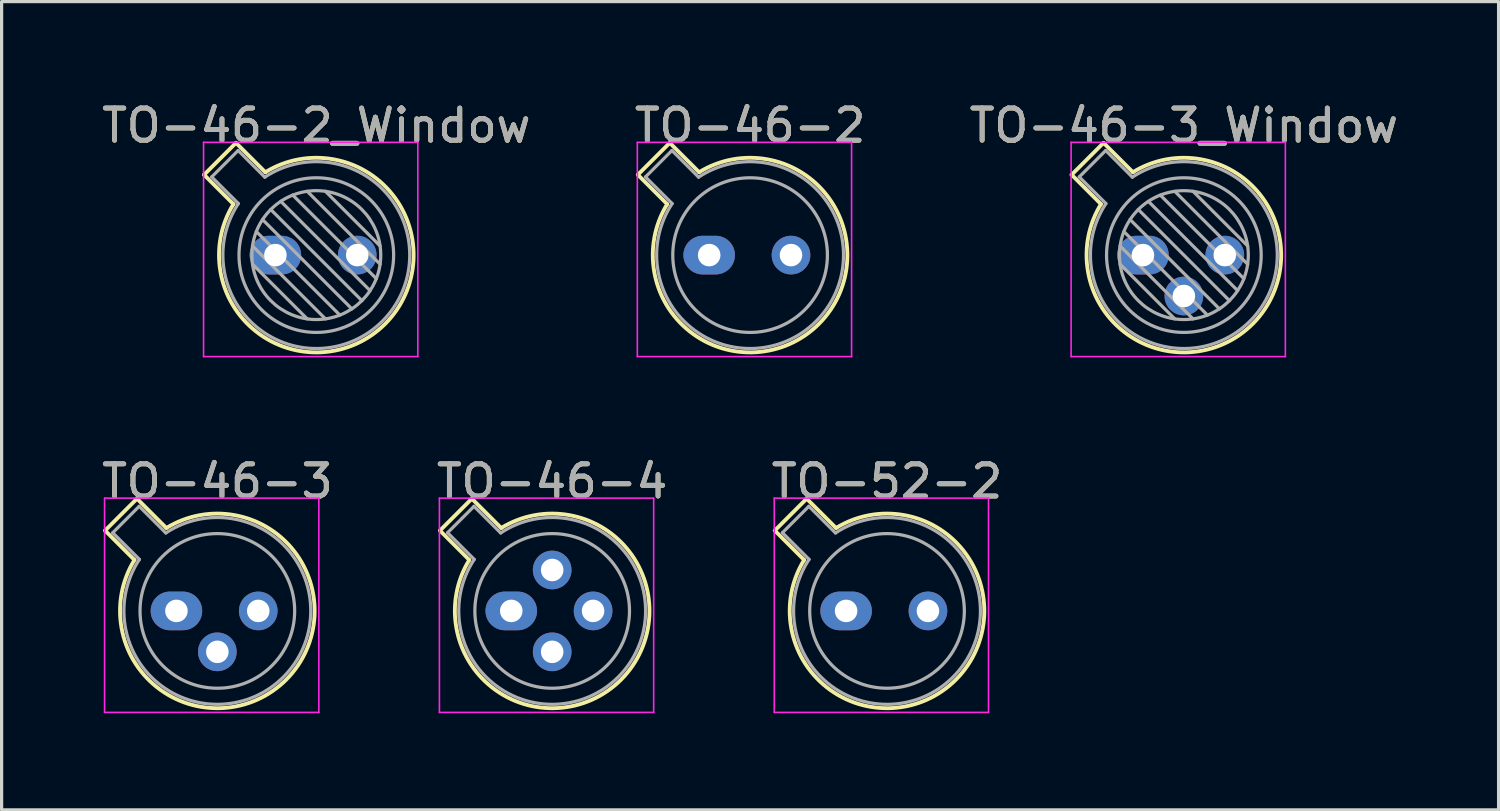
<source format=kicad_pcb>
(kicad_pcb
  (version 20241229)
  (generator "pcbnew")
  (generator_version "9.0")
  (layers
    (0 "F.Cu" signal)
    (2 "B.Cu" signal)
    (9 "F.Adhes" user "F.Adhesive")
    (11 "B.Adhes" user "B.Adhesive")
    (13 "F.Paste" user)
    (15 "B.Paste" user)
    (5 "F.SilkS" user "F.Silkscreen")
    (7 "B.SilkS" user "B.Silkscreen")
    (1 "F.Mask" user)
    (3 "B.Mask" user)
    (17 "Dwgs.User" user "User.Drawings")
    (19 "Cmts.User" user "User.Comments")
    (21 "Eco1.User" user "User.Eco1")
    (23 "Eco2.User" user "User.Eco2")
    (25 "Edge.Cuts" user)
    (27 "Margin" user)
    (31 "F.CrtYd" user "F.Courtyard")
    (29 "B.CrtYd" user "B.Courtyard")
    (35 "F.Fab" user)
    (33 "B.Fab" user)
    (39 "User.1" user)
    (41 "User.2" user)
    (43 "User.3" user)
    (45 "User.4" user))
  (footprint "TO-46-2_Window"
    (layer "F.Cu")
    (at 5.498 4.868)
    (property "Reference" "TO-46-2_Window" (at 1.27 -4.02 0) (layer "F.SilkS") (effects (font (size 1 1) (thickness 0.15))))
    (attr through_hole)
    (fp_line (start -2.214 -2.494) (end -1.302 -1.582) (stroke (width 0.12) (type solid)) (layer "F.SilkS"))
    (fp_line (start -1.224 -3.484) (end -2.214 -2.494) (stroke (width 0.12) (type solid)) (layer "F.SilkS"))
    (fp_line (start -0.312 -2.572) (end -1.224 -3.484) (stroke (width 0.12) (type solid)) (layer "F.SilkS"))
    (fp_arc (start -0.312331 -2.572281) (mid 3.405374 2.135551) (end -1.30215 -1.582544) (stroke (width 0.12) (type solid)) (layer "F.SilkS"))
    (fp_line (start -2.23 -3.5) (end -2.23 3.15) (stroke (width 0.05) (type solid)) (layer "F.CrtYd"))
    (fp_line (start -2.23 3.15) (end 4.42 3.15) (stroke (width 0.05) (type solid)) (layer "F.CrtYd"))
    (fp_line (start 4.42 -3.5) (end -2.23 -3.5) (stroke (width 0.05) (type solid)) (layer "F.CrtYd"))
    (fp_line (start 4.42 3.15) (end 4.42 -3.5) (stroke (width 0.05) (type solid)) (layer "F.CrtYd"))
    (fp_line (start -1.977 -2.426) (end -1.149 -1.599) (stroke (width 0.1) (type solid)) (layer "F.Fab"))
    (fp_line (start -1.156 -3.247) (end -1.977 -2.426) (stroke (width 0.1) (type solid)) (layer "F.Fab"))
    (fp_line (start -0.71 -0.283) (end 1.553 1.98) (stroke (width 0.1) (type solid)) (layer "F.Fab"))
    (fp_line (start -0.71 0.283) (end 0.987 1.98) (stroke (width 0.1) (type solid)) (layer "F.Fab"))
    (fp_line (start -0.592 -0.731) (end 2.001 1.862) (stroke (width 0.1) (type solid)) (layer "F.Fab"))
    (fp_line (start -0.399 -1.103) (end 2.373 1.669) (stroke (width 0.1) (type solid)) (layer "F.Fab"))
    (fp_line (start -0.329 -2.419) (end -1.156 -3.247) (stroke (width 0.1) (type solid)) (layer "F.Fab"))
    (fp_line (start -0.145 -1.415) (end 2.685 1.415) (stroke (width 0.1) (type solid)) (layer "F.Fab"))
    (fp_line (start 0.167 -1.669) (end 2.939 1.103) (stroke (width 0.1) (type solid)) (layer "F.Fab"))
    (fp_line (start 0.539 -1.862) (end 3.132 0.731) (stroke (width 0.1) (type solid)) (layer "F.Fab"))
    (fp_line (start 0.987 -1.98) (end 3.25 0.283) (stroke (width 0.1) (type solid)) (layer "F.Fab"))
    (fp_line (start 1.553 -1.98) (end 3.25 -0.283) (stroke (width 0.1) (type solid)) (layer "F.Fab"))
    (fp_arc (start -0.329057 -2.419301) (mid 3.321076 2.050143) (end -1.150029 -1.597956) (stroke (width 0.1) (type solid)) (layer "F.Fab"))
    (fp_circle (center 1.27 0) (end 3.27 0) (stroke (width 0.1) (type solid)) (fill no) (layer "F.Fab"))
    (fp_circle (center 1.27 0) (end 3.67 0) (stroke (width 0.1) (type solid)) (fill no) (layer "F.Fab"))
    (fp_text user "${REFERENCE}" (at 1.27 -4.02 0) (layer "F.Fab") (effects (font (size 1 1) (thickness 0.15))))
    (pad "1" thru_hole oval (at 0 0) (size 1.6 1.2) (drill 0.7) (layers "*.Cu" "*.Mask"))
    (pad "2" thru_hole oval (at 2.54 0) (size 1.2 1.2) (drill 0.7) (layers "*.Cu" "*.Mask")))
  (footprint "TO-46-4"
    (layer "F.Cu")
    (at 12.819 15.912)
    (property "Reference" "TO-46-4" (at 1.27 -4.02 0) (layer "F.SilkS") (effects (font (size 1 1) (thickness 0.15))))
    (attr through_hole)
    (fp_line (start -2.214 -2.494) (end -1.302 -1.582) (stroke (width 0.12) (type solid)) (layer "F.SilkS"))
    (fp_line (start -1.224 -3.484) (end -2.214 -2.494) (stroke (width 0.12) (type solid)) (layer "F.SilkS"))
    (fp_line (start -0.312 -2.572) (end -1.224 -3.484) (stroke (width 0.12) (type solid)) (layer "F.SilkS"))
    (fp_arc (start -0.312331 -2.572281) (mid 3.405374 2.135551) (end -1.30215 -1.582544) (stroke (width 0.12) (type solid)) (layer "F.SilkS"))
    (fp_line (start -2.23 -3.5) (end -2.23 3.15) (stroke (width 0.05) (type solid)) (layer "F.CrtYd"))
    (fp_line (start -2.23 3.15) (end 4.42 3.15) (stroke (width 0.05) (type solid)) (layer "F.CrtYd"))
    (fp_line (start 4.42 -3.5) (end -2.23 -3.5) (stroke (width 0.05) (type solid)) (layer "F.CrtYd"))
    (fp_line (start 4.42 3.15) (end 4.42 -3.5) (stroke (width 0.05) (type solid)) (layer "F.CrtYd"))
    (fp_line (start -1.977 -2.426) (end -1.149 -1.599) (stroke (width 0.1) (type solid)) (layer "F.Fab"))
    (fp_line (start -1.156 -3.247) (end -1.977 -2.426) (stroke (width 0.1) (type solid)) (layer "F.Fab"))
    (fp_line (start -0.329 -2.419) (end -1.156 -3.247) (stroke (width 0.1) (type solid)) (layer "F.Fab"))
    (fp_arc (start -0.329057 -2.419301) (mid 3.321076 2.050143) (end -1.150029 -1.597956) (stroke (width 0.1) (type solid)) (layer "F.Fab"))
    (fp_circle (center 1.27 0) (end 3.67 0) (stroke (width 0.1) (type solid)) (fill no) (layer "F.Fab"))
    (fp_text user "${REFERENCE}" (at 1.27 -4.02 0) (layer "F.Fab") (effects (font (size 1 1) (thickness 0.15))))
    (pad "1" thru_hole oval (at 0 0) (size 1.6 1.2) (drill 0.7) (layers "*.Cu" "*.Mask"))
    (pad "2" thru_hole oval (at 1.27 1.27) (size 1.2 1.2) (drill 0.7) (layers "*.Cu" "*.Mask"))
    (pad "3" thru_hole oval (at 2.54 0) (size 1.2 1.2) (drill 0.7) (layers "*.Cu" "*.Mask"))
    (pad "4" thru_hole oval (at 1.27 -1.27) (size 1.2 1.2) (drill 0.7) (layers "*.Cu" "*.Mask")))
  (footprint "TO-46-3"
    (layer "F.Cu")
    (at 2.426 15.912)
    (property "Reference" "TO-46-3" (at 1.27 -4.02 0) (layer "F.SilkS") (effects (font (size 1 1) (thickness 0.15))))
    (attr through_hole)
    (fp_line (start -2.214 -2.494) (end -1.302 -1.582) (stroke (width 0.12) (type solid)) (layer "F.SilkS"))
    (fp_line (start -1.224 -3.484) (end -2.214 -2.494) (stroke (width 0.12) (type solid)) (layer "F.SilkS"))
    (fp_line (start -0.312 -2.572) (end -1.224 -3.484) (stroke (width 0.12) (type solid)) (layer "F.SilkS"))
    (fp_arc (start -0.312331 -2.572281) (mid 3.405374 2.135551) (end -1.30215 -1.582544) (stroke (width 0.12) (type solid)) (layer "F.SilkS"))
    (fp_line (start -2.23 -3.5) (end -2.23 3.15) (stroke (width 0.05) (type solid)) (layer "F.CrtYd"))
    (fp_line (start -2.23 3.15) (end 4.42 3.15) (stroke (width 0.05) (type solid)) (layer "F.CrtYd"))
    (fp_line (start 4.42 -3.5) (end -2.23 -3.5) (stroke (width 0.05) (type solid)) (layer "F.CrtYd"))
    (fp_line (start 4.42 3.15) (end 4.42 -3.5) (stroke (width 0.05) (type solid)) (layer "F.CrtYd"))
    (fp_line (start -1.977 -2.426) (end -1.149 -1.599) (stroke (width 0.1) (type solid)) (layer "F.Fab"))
    (fp_line (start -1.156 -3.247) (end -1.977 -2.426) (stroke (width 0.1) (type solid)) (layer "F.Fab"))
    (fp_line (start -0.329 -2.419) (end -1.156 -3.247) (stroke (width 0.1) (type solid)) (layer "F.Fab"))
    (fp_arc (start -0.329057 -2.419301) (mid 3.321076 2.050143) (end -1.150029 -1.597956) (stroke (width 0.1) (type solid)) (layer "F.Fab"))
    (fp_circle (center 1.27 0) (end 3.67 0) (stroke (width 0.1) (type solid)) (fill no) (layer "F.Fab"))
    (fp_text user "${REFERENCE}" (at 1.27 -4.02 0) (layer "F.Fab") (effects (font (size 1 1) (thickness 0.15))))
    (pad "1" thru_hole oval (at 0 0) (size 1.6 1.2) (drill 0.7) (layers "*.Cu" "*.Mask"))
    (pad "2" thru_hole oval (at 1.27 1.27) (size 1.2 1.2) (drill 0.7) (layers "*.Cu" "*.Mask"))
    (pad "3" thru_hole oval (at 2.54 0) (size 1.2 1.2) (drill 0.7) (layers "*.Cu" "*.Mask")))
  (footprint "TO-46-2"
    (layer "F.Cu")
    (at 18.962 4.868)
    (property "Reference" "TO-46-2" (at 1.27 -4.02 0) (layer "F.SilkS") (effects (font (size 1 1) (thickness 0.15))))
    (attr through_hole)
    (fp_line (start -2.214 -2.494) (end -1.302 -1.582) (stroke (width 0.12) (type solid)) (layer "F.SilkS"))
    (fp_line (start -1.224 -3.484) (end -2.214 -2.494) (stroke (width 0.12) (type solid)) (layer "F.SilkS"))
    (fp_line (start -0.312 -2.572) (end -1.224 -3.484) (stroke (width 0.12) (type solid)) (layer "F.SilkS"))
    (fp_arc (start -0.312331 -2.572281) (mid 3.405374 2.135551) (end -1.30215 -1.582544) (stroke (width 0.12) (type solid)) (layer "F.SilkS"))
    (fp_line (start -2.23 -3.5) (end -2.23 3.15) (stroke (width 0.05) (type solid)) (layer "F.CrtYd"))
    (fp_line (start -2.23 3.15) (end 4.42 3.15) (stroke (width 0.05) (type solid)) (layer "F.CrtYd"))
    (fp_line (start 4.42 -3.5) (end -2.23 -3.5) (stroke (width 0.05) (type solid)) (layer "F.CrtYd"))
    (fp_line (start 4.42 3.15) (end 4.42 -3.5) (stroke (width 0.05) (type solid)) (layer "F.CrtYd"))
    (fp_line (start -1.977 -2.426) (end -1.149 -1.599) (stroke (width 0.1) (type solid)) (layer "F.Fab"))
    (fp_line (start -1.156 -3.247) (end -1.977 -2.426) (stroke (width 0.1) (type solid)) (layer "F.Fab"))
    (fp_line (start -0.329 -2.419) (end -1.156 -3.247) (stroke (width 0.1) (type solid)) (layer "F.Fab"))
    (fp_arc (start -0.329057 -2.419301) (mid 3.321076 2.050143) (end -1.150029 -1.597956) (stroke (width 0.1) (type solid)) (layer "F.Fab"))
    (fp_circle (center 1.27 0) (end 3.67 0) (stroke (width 0.1) (type solid)) (fill no) (layer "F.Fab"))
    (fp_text user "${REFERENCE}" (at 1.27 -4.02 0) (layer "F.Fab") (effects (font (size 1 1) (thickness 0.15))))
    (pad "1" thru_hole oval (at 0 0) (size 1.6 1.2) (drill 0.7) (layers "*.Cu" "*.Mask"))
    (pad "2" thru_hole oval (at 2.54 0) (size 1.2 1.2) (drill 0.7) (layers "*.Cu" "*.Mask")))
  (footprint "TO-52-2"
    (layer "F.Cu")
    (at 23.212 15.912)
    (property "Reference" "TO-52-2" (at 1.27 -4.02 0) (layer "F.SilkS") (effects (font (size 1 1) (thickness 0.15))))
    (attr through_hole)
    (fp_line (start -2.214 -2.494) (end -1.302 -1.582) (stroke (width 0.12) (type solid)) (layer "F.SilkS"))
    (fp_line (start -1.224 -3.484) (end -2.214 -2.494) (stroke (width 0.12) (type solid)) (layer "F.SilkS"))
    (fp_line (start -0.312 -2.572) (end -1.224 -3.484) (stroke (width 0.12) (type solid)) (layer "F.SilkS"))
    (fp_arc (start -0.312331 -2.572281) (mid 3.405374 2.135551) (end -1.30215 -1.582544) (stroke (width 0.12) (type solid)) (layer "F.SilkS"))
    (fp_line (start -2.23 -3.5) (end -2.23 3.15) (stroke (width 0.05) (type solid)) (layer "F.CrtYd"))
    (fp_line (start -2.23 3.15) (end 4.42 3.15) (stroke (width 0.05) (type solid)) (layer "F.CrtYd"))
    (fp_line (start 4.42 -3.5) (end -2.23 -3.5) (stroke (width 0.05) (type solid)) (layer "F.CrtYd"))
    (fp_line (start 4.42 3.15) (end 4.42 -3.5) (stroke (width 0.05) (type solid)) (layer "F.CrtYd"))
    (fp_line (start -1.977 -2.426) (end -1.149 -1.599) (stroke (width 0.1) (type solid)) (layer "F.Fab"))
    (fp_line (start -1.156 -3.247) (end -1.977 -2.426) (stroke (width 0.1) (type solid)) (layer "F.Fab"))
    (fp_line (start -0.329 -2.419) (end -1.156 -3.247) (stroke (width 0.1) (type solid)) (layer "F.Fab"))
    (fp_arc (start -0.329057 -2.419301) (mid 3.321076 2.050143) (end -1.150029 -1.597956) (stroke (width 0.1) (type solid)) (layer "F.Fab"))
    (fp_circle (center 1.27 0) (end 3.67 0) (stroke (width 0.1) (type solid)) (fill no) (layer "F.Fab"))
    (fp_text user "${REFERENCE}" (at 1.27 -4.02 0) (layer "F.Fab") (effects (font (size 1 1) (thickness 0.15))))
    (pad "1" thru_hole oval (at 0 0) (size 1.6 1.2) (drill 0.7) (layers "*.Cu" "*.Mask"))
    (pad "2" thru_hole oval (at 2.54 0) (size 1.2 1.2) (drill 0.7) (layers "*.Cu" "*.Mask")))
  (footprint "TO-46-3_Window"
    (layer "F.Cu")
    (at 32.426 4.868)
    (property "Reference" "TO-46-3_Window" (at 1.27 -4.02 0) (layer "F.SilkS") (effects (font (size 1 1) (thickness 0.15))))
    (attr through_hole)
    (fp_line (start -2.214 -2.494) (end -1.302 -1.582) (stroke (width 0.12) (type solid)) (layer "F.SilkS"))
    (fp_line (start -1.224 -3.484) (end -2.214 -2.494) (stroke (width 0.12) (type solid)) (layer "F.SilkS"))
    (fp_line (start -0.312 -2.572) (end -1.224 -3.484) (stroke (width 0.12) (type solid)) (layer "F.SilkS"))
    (fp_arc (start -0.312331 -2.572281) (mid 3.405374 2.135551) (end -1.30215 -1.582544) (stroke (width 0.12) (type solid)) (layer "F.SilkS"))
    (fp_line (start -2.23 -3.5) (end -2.23 3.15) (stroke (width 0.05) (type solid)) (layer "F.CrtYd"))
    (fp_line (start -2.23 3.15) (end 4.42 3.15) (stroke (width 0.05) (type solid)) (layer "F.CrtYd"))
    (fp_line (start 4.42 -3.5) (end -2.23 -3.5) (stroke (width 0.05) (type solid)) (layer "F.CrtYd"))
    (fp_line (start 4.42 3.15) (end 4.42 -3.5) (stroke (width 0.05) (type solid)) (layer "F.CrtYd"))
    (fp_line (start -1.977 -2.426) (end -1.149 -1.599) (stroke (width 0.1) (type solid)) (layer "F.Fab"))
    (fp_line (start -1.156 -3.247) (end -1.977 -2.426) (stroke (width 0.1) (type solid)) (layer "F.Fab"))
    (fp_line (start -0.71 -0.283) (end 1.553 1.98) (stroke (width 0.1) (type solid)) (layer "F.Fab"))
    (fp_line (start -0.71 0.283) (end 0.987 1.98) (stroke (width 0.1) (type solid)) (layer "F.Fab"))
    (fp_line (start -0.592 -0.731) (end 2.001 1.862) (stroke (width 0.1) (type solid)) (layer "F.Fab"))
    (fp_line (start -0.399 -1.103) (end 2.373 1.669) (stroke (width 0.1) (type solid)) (layer "F.Fab"))
    (fp_line (start -0.329 -2.419) (end -1.156 -3.247) (stroke (width 0.1) (type solid)) (layer "F.Fab"))
    (fp_line (start -0.145 -1.415) (end 2.685 1.415) (stroke (width 0.1) (type solid)) (layer "F.Fab"))
    (fp_line (start 0.167 -1.669) (end 2.939 1.103) (stroke (width 0.1) (type solid)) (layer "F.Fab"))
    (fp_line (start 0.539 -1.862) (end 3.132 0.731) (stroke (width 0.1) (type solid)) (layer "F.Fab"))
    (fp_line (start 0.987 -1.98) (end 3.25 0.283) (stroke (width 0.1) (type solid)) (layer "F.Fab"))
    (fp_line (start 1.553 -1.98) (end 3.25 -0.283) (stroke (width 0.1) (type solid)) (layer "F.Fab"))
    (fp_arc (start -0.329057 -2.419301) (mid 3.321076 2.050143) (end -1.150029 -1.597956) (stroke (width 0.1) (type solid)) (layer "F.Fab"))
    (fp_circle (center 1.27 0) (end 3.27 0) (stroke (width 0.1) (type solid)) (fill no) (layer "F.Fab"))
    (fp_circle (center 1.27 0) (end 3.67 0) (stroke (width 0.1) (type solid)) (fill no) (layer "F.Fab"))
    (fp_text user "${REFERENCE}" (at 1.27 -4.02 0) (layer "F.Fab") (effects (font (size 1 1) (thickness 0.15))))
    (pad "1" thru_hole oval (at 0 0) (size 1.6 1.2) (drill 0.7) (layers "*.Cu" "*.Mask"))
    (pad "2" thru_hole oval (at 1.27 1.27) (size 1.2 1.2) (drill 0.7) (layers "*.Cu" "*.Mask"))
    (pad "3" thru_hole oval (at 2.54 0) (size 1.2 1.2) (drill 0.7) (layers "*.Cu" "*.Mask")))
  (gr_rect
    (start -3 -3)
    (end 43.464 22.087)
    (stroke (width 0.1) (type default))
    (fill no)
    (layer "Edge.Cuts")))
</source>
